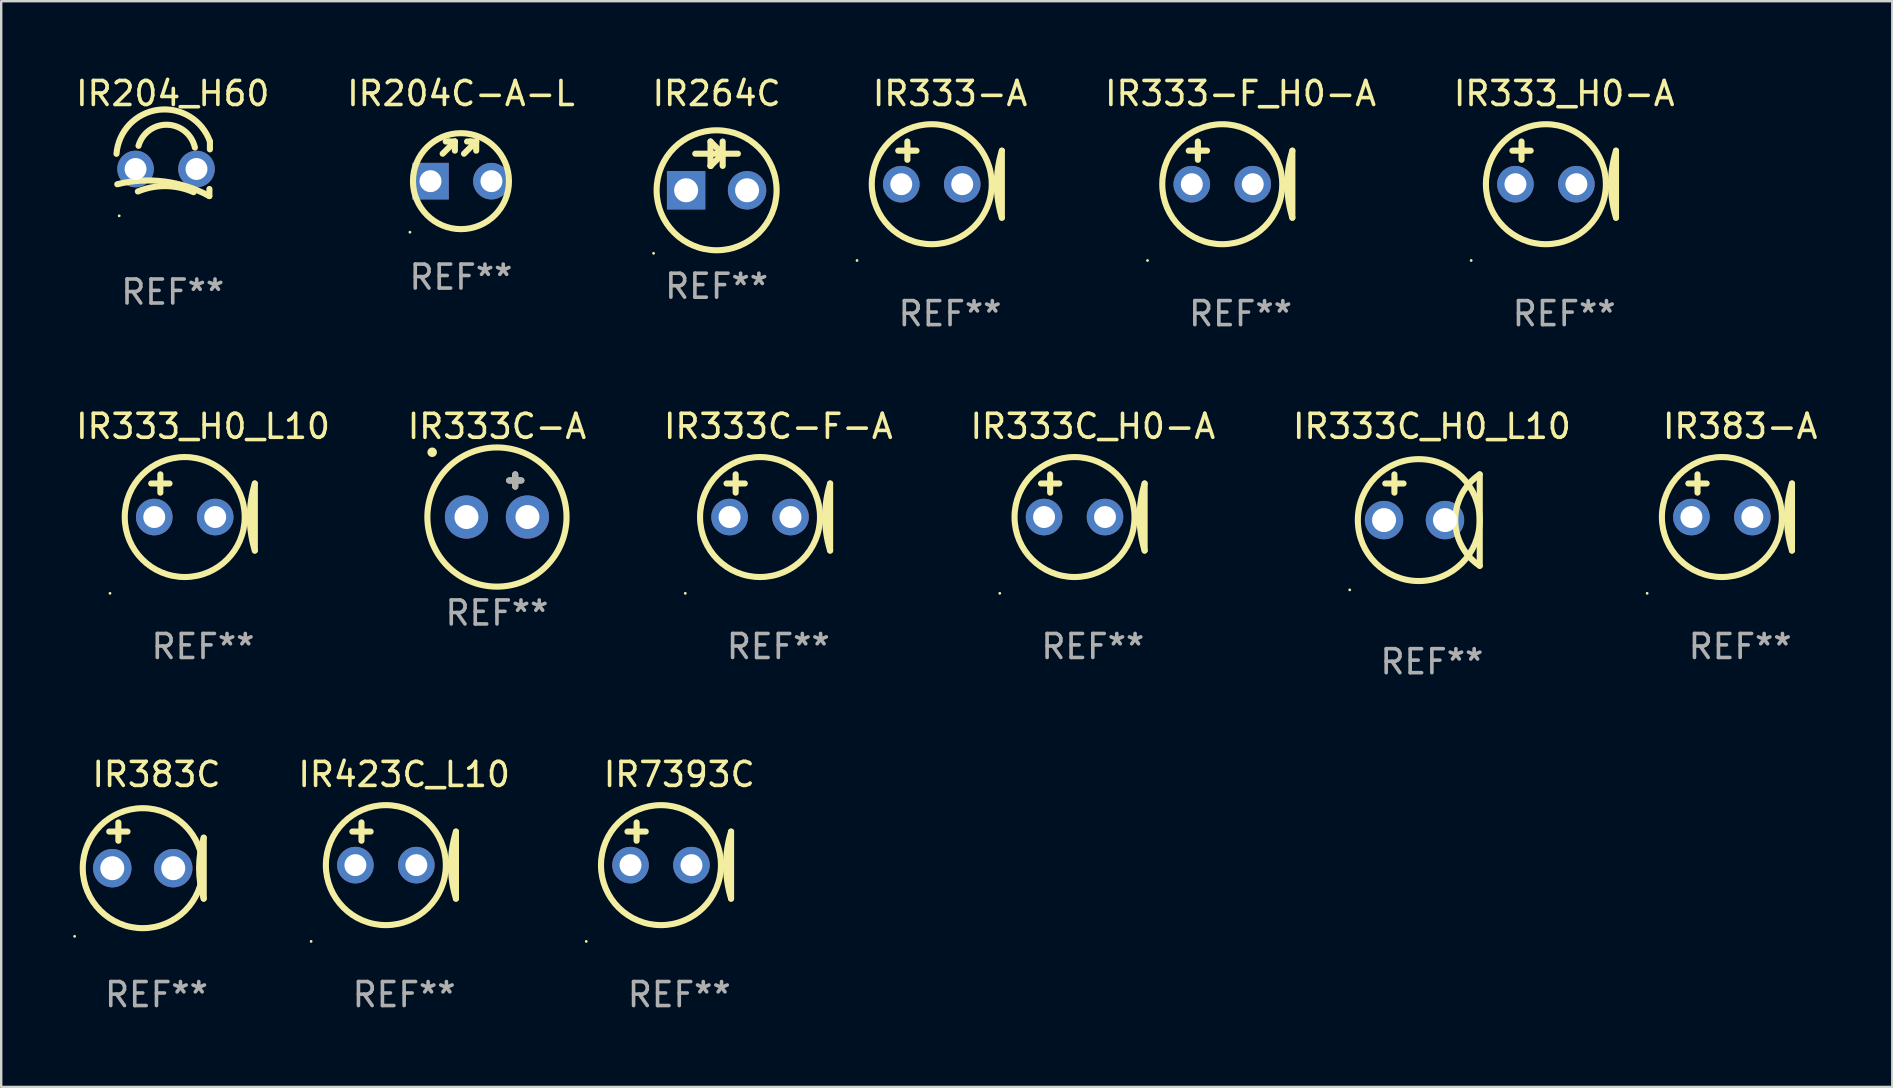
<source format=kicad_pcb>
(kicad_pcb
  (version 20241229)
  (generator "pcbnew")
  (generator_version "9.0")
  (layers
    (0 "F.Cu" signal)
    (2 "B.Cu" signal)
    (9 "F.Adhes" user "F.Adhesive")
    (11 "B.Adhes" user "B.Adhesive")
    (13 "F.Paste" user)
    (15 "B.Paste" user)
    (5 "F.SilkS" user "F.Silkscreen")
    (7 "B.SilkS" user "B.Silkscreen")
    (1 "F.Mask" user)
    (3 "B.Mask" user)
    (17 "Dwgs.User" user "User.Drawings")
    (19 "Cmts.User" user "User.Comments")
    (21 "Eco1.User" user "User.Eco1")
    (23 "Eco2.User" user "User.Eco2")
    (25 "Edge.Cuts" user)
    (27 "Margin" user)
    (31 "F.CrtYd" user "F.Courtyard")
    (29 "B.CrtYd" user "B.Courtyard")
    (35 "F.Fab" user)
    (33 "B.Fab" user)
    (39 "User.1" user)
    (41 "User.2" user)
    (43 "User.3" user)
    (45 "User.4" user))
  (footprint "IR333_H0_L10"
    (layer "F.Cu")
    (at 5.411 18.307)
    (property "Reference" "IR333_H0_L10" (at 0 -3.588 0) (layer "F.SilkS") (effects (font (size 1 1) (thickness 0.15))))
    (attr through_hole)
    (fp_line (start -2.159 -1.207) (end -1.397 -1.207) (stroke (width 0.254) (type solid)) (layer "F.SilkS"))
    (fp_line (start -1.778 -0.826) (end -1.778 -1.588) (stroke (width 0.254) (type solid)) (layer "F.SilkS"))
    (fp_line (start 2.159 -1.207) (end 2.159 1.588) (stroke (width 0.254) (type solid)) (layer "F.SilkS"))
    (fp_arc (start 2.159005 1.587504) (mid 1.950538 0.190501) (end 2.159004 -1.206502) (stroke (width 0.254001) (type solid)) (layer "F.SilkS"))
    (fp_circle (center -3.877 3.37) (end -3.847 3.37) (stroke (width 0.06) (type solid)) (fill no) (layer "F.SilkS"))
    (fp_circle (center -0.762 0.191) (end 1.738 0.191) (stroke (width 0.254) (type solid)) (fill no) (layer "F.SilkS"))
    (fp_text user "REF**" (at 0 5.588 0) (layer "F.Fab") (effects (font (size 1 1) (thickness 0.15))))
    (pad "1" thru_hole circle (at -2.032 0.191) (size 1.524 1.524) (drill 0.914) (layers "*.Cu" "*.Mask"))
    (pad "2" thru_hole circle (at 0.508 0.191) (size 1.524 1.524) (drill 0.914) (layers "*.Cu" "*.Mask")))
  (footprint "IR333C-A"
    (layer "F.Cu")
    (at 17.661 17.609)
    (property "Reference" "IR333C-A" (at 0 -2.889 0) (layer "F.SilkS") (effects (font (size 1 1) (thickness 0.15))))
    (attr through_hole)
    (fp_line (start 0.508 -0.635) (end 1.016 -0.635) (stroke (width 0.254) (type solid)) (layer "F.SilkS"))
    (fp_line (start 0.762 -0.889) (end 0.762 -0.381) (stroke (width 0.254) (type solid)) (layer "F.SilkS"))
    (fp_circle (center -2.7 -1.811) (end -2.6 -1.811) (stroke (width 0.2) (type solid)) (fill no) (layer "F.SilkS"))
    (fp_circle (center 0 0.889) (end 2.9 0.889) (stroke (width 0.254) (type solid)) (fill no) (layer "F.SilkS"))
    (fp_line (start 0.508 -0.635) (end 1.016 -0.635) (stroke (width 0.254) (type solid)) (layer "F.Fab"))
    (fp_line (start 0.762 -0.889) (end 0.762 -0.381) (stroke (width 0.254) (type solid)) (layer "F.Fab"))
    (fp_text user "REF**" (at 0 4.889 0) (layer "F.Fab") (effects (font (size 1 1) (thickness 0.15))))
    (pad "1" thru_hole circle (at -1.27 0.889) (size 1.8 1.8) (drill 1) (layers "*.Cu" "*.Mask"))
    (pad "2" thru_hole circle (at 1.27 0.889) (size 1.8 1.8) (drill 1) (layers "*.Cu" "*.Mask")))
  (footprint "IR7393C"
    (layer "F.Cu")
    (at 25.259 32.814)
    (property "Reference" "IR7393C" (at 0 -3.588 0) (layer "F.SilkS") (effects (font (size 1 1) (thickness 0.15))))
    (attr through_hole)
    (fp_line (start -2.159 -1.207) (end -1.397 -1.207) (stroke (width 0.254) (type solid)) (layer "F.SilkS"))
    (fp_line (start -1.778 -0.826) (end -1.778 -1.588) (stroke (width 0.254) (type solid)) (layer "F.SilkS"))
    (fp_line (start 2.159 -1.207) (end 2.159 1.588) (stroke (width 0.254) (type solid)) (layer "F.SilkS"))
    (fp_arc (start 2.159005 1.587504) (mid 1.950538 0.190501) (end 2.159004 -1.206502) (stroke (width 0.254001) (type solid)) (layer "F.SilkS"))
    (fp_circle (center -3.877 3.37) (end -3.847 3.37) (stroke (width 0.06) (type solid)) (fill no) (layer "F.SilkS"))
    (fp_circle (center -0.762 0.191) (end 1.738 0.191) (stroke (width 0.254) (type solid)) (fill no) (layer "F.SilkS"))
    (fp_text user "REF**" (at 0 5.588 0) (layer "F.Fab") (effects (font (size 1 1) (thickness 0.15))))
    (pad "1" thru_hole circle (at -2.032 0.191) (size 1.524 1.524) (drill 0.914) (layers "*.Cu" "*.Mask"))
    (pad "2" thru_hole circle (at 0.508 0.191) (size 1.524 1.524) (drill 0.914) (layers "*.Cu" "*.Mask")))
  (footprint "IR204_H60"
    (layer "F.Cu")
    (at 4.149 3.985)
    (property "Reference" "IR204_H60" (at 0 -3.137 0) (layer "F.SilkS") (effects (font (size 1 1) (thickness 0.15))))
    (attr through_hole)
    (fp_line (start 1.529 0.842) (end 1.525 1.137) (stroke (width 0.254) (type solid)) (layer "F.SilkS"))
    (fp_line (start 1.55 -1.137) (end 1.55 -0.811) (stroke (width 0.254) (type solid)) (layer "F.SilkS"))
    (fp_arc (start -2.344336 -0.624664) (mid -0.604362 -2.457931) (end 1.550229 -1.136525) (stroke (width 0.254001) (type solid)) (layer "F.SilkS"))
    (fp_arc (start -2.31223 0.643358) (mid -0.347208 0.529557) (end 1.525184 1.136526) (stroke (width 0.254001) (type solid)) (layer "F.SilkS"))
    (fp_arc (start -1.45348 0.944425) (mid -0.289454 0.72139) (end 0.868415 0.974448) (stroke (width 0.254001) (type solid)) (layer "F.SilkS"))
    (fp_arc (start -1.426174 -0.958548) (mid -0.223791 -1.836179) (end 0.922695 -0.88669) (stroke (width 0.254001) (type solid)) (layer "F.SilkS"))
    (fp_circle (center -2.231 1.96) (end -2.201 1.96) (stroke (width 0.06) (type solid)) (fill no) (layer "F.SilkS"))
    (fp_text user "REF**" (at 0 5.137 0) (layer "F.Fab") (effects (font (size 1 1) (thickness 0.15))))
    (pad "1" thru_hole circle (at -1.55 0.008) (size 1.524 1.524) (drill 0.914) (layers "*.Cu" "*.Mask"))
    (pad "2" thru_hole circle (at 0.99 0.008) (size 1.524 1.524) (drill 0.914) (layers "*.Cu" "*.Mask")))
  (footprint "IR204C-A-L"
    (layer "F.Cu")
    (at 16.161 3.674)
    (property "Reference" "IR204C-A-L" (at 0 -2.826 0) (layer "F.SilkS") (effects (font (size 1 1) (thickness 0.15))))
    (attr through_hole)
    (fp_line (start -0.762 -0.318) (end -0.254 -0.826) (stroke (width 0.254) (type solid)) (layer "F.SilkS"))
    (fp_line (start -0.508 -0.826) (end -0.635 -0.826) (stroke (width 0.254) (type solid)) (layer "F.SilkS"))
    (fp_line (start -0.254 -0.826) (end -0.508 -0.826) (stroke (width 0.254) (type solid)) (layer "F.SilkS"))
    (fp_line (start -0.254 -0.826) (end -0.254 -0.445) (stroke (width 0.254) (type solid)) (layer "F.SilkS"))
    (fp_line (start 0.127 -0.318) (end 0.635 -0.826) (stroke (width 0.254) (type solid)) (layer "F.SilkS"))
    (fp_line (start 0.381 -0.826) (end 0.254 -0.826) (stroke (width 0.254) (type solid)) (layer "F.SilkS"))
    (fp_line (start 0.635 -0.826) (end 0.381 -0.826) (stroke (width 0.254) (type solid)) (layer "F.SilkS"))
    (fp_line (start 0.635 -0.826) (end 0.635 -0.445) (stroke (width 0.254) (type solid)) (layer "F.SilkS"))
    (fp_circle (center -2.127 2.953) (end -2.097 2.953) (stroke (width 0.06) (type solid)) (fill no) (layer "F.SilkS"))
    (fp_circle (center 0 0.826) (end 2 0.826) (stroke (width 0.254) (type solid)) (fill no) (layer "F.SilkS"))
    (fp_text user "REF**" (at 0 4.826 0) (layer "F.Fab") (effects (font (size 1 1) (thickness 0.15))))
    (pad "1" thru_hole rect (at -1.27 0.826) (size 1.524 1.524) (drill 0.914) (layers "*.Cu" "*.Mask"))
    (pad "2" thru_hole circle (at 1.27 0.826) (size 1.524 1.524) (drill 0.914) (layers "*.Cu" "*.Mask")))
  (footprint "IR423C_L10"
    (layer "F.Cu")
    (at 13.793 32.814)
    (property "Reference" "IR423C_L10" (at 0 -3.588 0) (layer "F.SilkS") (effects (font (size 1 1) (thickness 0.15))))
    (attr through_hole)
    (fp_line (start -2.159 -1.207) (end -1.397 -1.207) (stroke (width 0.254) (type solid)) (layer "F.SilkS"))
    (fp_line (start -1.778 -0.826) (end -1.778 -1.588) (stroke (width 0.254) (type solid)) (layer "F.SilkS"))
    (fp_line (start 2.159 -1.207) (end 2.159 1.588) (stroke (width 0.254) (type solid)) (layer "F.SilkS"))
    (fp_arc (start 2.159005 1.587504) (mid 1.950538 0.190501) (end 2.159004 -1.206502) (stroke (width 0.254001) (type solid)) (layer "F.SilkS"))
    (fp_circle (center -3.877 3.37) (end -3.847 3.37) (stroke (width 0.06) (type solid)) (fill no) (layer "F.SilkS"))
    (fp_circle (center -0.762 0.191) (end 1.738 0.191) (stroke (width 0.254) (type solid)) (fill no) (layer "F.SilkS"))
    (fp_text user "REF**" (at 0 5.588 0) (layer "F.Fab") (effects (font (size 1 1) (thickness 0.15))))
    (pad "1" thru_hole circle (at -2.032 0.191) (size 1.524 1.524) (drill 0.914) (layers "*.Cu" "*.Mask"))
    (pad "2" thru_hole circle (at 0.508 0.191) (size 1.524 1.524) (drill 0.914) (layers "*.Cu" "*.Mask")))
  (footprint "IR383C"
    (layer "F.Cu")
    (at 3.471 32.814)
    (property "Reference" "IR383C" (at 0 -3.588 0) (layer "F.SilkS") (effects (font (size 1 1) (thickness 0.15))))
    (attr through_hole)
    (fp_line (start -1.969 -1.207) (end -1.207 -1.207) (stroke (width 0.254) (type solid)) (layer "F.SilkS"))
    (fp_line (start -1.588 -0.826) (end -1.588 -1.588) (stroke (width 0.254) (type solid)) (layer "F.SilkS"))
    (fp_line (start 1.969 1.588) (end 1.969 -0.953) (stroke (width 0.254) (type solid)) (layer "F.SilkS"))
    (fp_arc (start 1.968504 1.587503) (mid 1.776751 0.317501) (end 1.968504 -0.952502) (stroke (width 0.254001) (type solid)) (layer "F.SilkS"))
    (fp_circle (center -3.411 3.158) (end -3.381 3.158) (stroke (width 0.06) (type solid)) (fill no) (layer "F.SilkS"))
    (fp_circle (center -0.572 0.318) (end 1.928 0.318) (stroke (width 0.254) (type solid)) (fill no) (layer "F.SilkS"))
    (fp_text user "REF**" (at 0 5.588 0) (layer "F.Fab") (effects (font (size 1 1) (thickness 0.15))))
    (pad "1" thru_hole circle (at -1.842 0.318) (size 1.6 1.6) (drill 1) (layers "*.Cu" "*.Mask"))
    (pad "2" thru_hole circle (at 0.699 0.318) (size 1.6 1.6) (drill 1) (layers "*.Cu" "*.Mask")))
  (footprint "IR333C-F-A"
    (layer "F.Cu")
    (at 29.387 18.307)
    (property "Reference" "IR333C-F-A" (at 0 -3.588 0) (layer "F.SilkS") (effects (font (size 1 1) (thickness 0.15))))
    (attr through_hole)
    (fp_line (start -2.159 -1.207) (end -1.397 -1.207) (stroke (width 0.254) (type solid)) (layer "F.SilkS"))
    (fp_line (start -1.778 -0.826) (end -1.778 -1.588) (stroke (width 0.254) (type solid)) (layer "F.SilkS"))
    (fp_line (start 2.159 -1.207) (end 2.159 1.588) (stroke (width 0.254) (type solid)) (layer "F.SilkS"))
    (fp_arc (start 2.159005 1.587504) (mid 1.950538 0.190501) (end 2.159004 -1.206502) (stroke (width 0.254001) (type solid)) (layer "F.SilkS"))
    (fp_circle (center -3.877 3.37) (end -3.847 3.37) (stroke (width 0.06) (type solid)) (fill no) (layer "F.SilkS"))
    (fp_circle (center -0.762 0.191) (end 1.738 0.191) (stroke (width 0.254) (type solid)) (fill no) (layer "F.SilkS"))
    (fp_text user "REF**" (at 0 5.588 0) (layer "F.Fab") (effects (font (size 1 1) (thickness 0.15))))
    (pad "1" thru_hole circle (at -2.032 0.191) (size 1.524 1.524) (drill 0.914) (layers "*.Cu" "*.Mask"))
    (pad "2" thru_hole circle (at 0.508 0.191) (size 1.524 1.524) (drill 0.914) (layers "*.Cu" "*.Mask")))
  (footprint "IR333-A"
    (layer "F.Cu")
    (at 36.544 4.436)
    (property "Reference" "IR333-A" (at 0 -3.588 0) (layer "F.SilkS") (effects (font (size 1 1) (thickness 0.15))))
    (attr through_hole)
    (fp_line (start -2.159 -1.207) (end -1.397 -1.207) (stroke (width 0.254) (type solid)) (layer "F.SilkS"))
    (fp_line (start -1.778 -0.826) (end -1.778 -1.588) (stroke (width 0.254) (type solid)) (layer "F.SilkS"))
    (fp_line (start 2.159 -1.207) (end 2.159 1.588) (stroke (width 0.254) (type solid)) (layer "F.SilkS"))
    (fp_arc (start 2.159005 1.587504) (mid 1.950538 0.190501) (end 2.159004 -1.206502) (stroke (width 0.254001) (type solid)) (layer "F.SilkS"))
    (fp_circle (center -3.877 3.37) (end -3.847 3.37) (stroke (width 0.06) (type solid)) (fill no) (layer "F.SilkS"))
    (fp_circle (center -0.762 0.191) (end 1.738 0.191) (stroke (width 0.254) (type solid)) (fill no) (layer "F.SilkS"))
    (fp_text user "REF**" (at 0 5.588 0) (layer "F.Fab") (effects (font (size 1 1) (thickness 0.15))))
    (pad "1" thru_hole circle (at -2.032 0.191) (size 1.524 1.524) (drill 0.914) (layers "*.Cu" "*.Mask"))
    (pad "2" thru_hole circle (at 0.508 0.191) (size 1.524 1.524) (drill 0.914) (layers "*.Cu" "*.Mask")))
  (footprint "IR333_H0-A"
    (layer "F.Cu")
    (at 62.139 4.436)
    (property "Reference" "IR333_H0-A" (at 0 -3.588 0) (layer "F.SilkS") (effects (font (size 1 1) (thickness 0.15))))
    (attr through_hole)
    (fp_line (start -2.159 -1.207) (end -1.397 -1.207) (stroke (width 0.254) (type solid)) (layer "F.SilkS"))
    (fp_line (start -1.778 -0.826) (end -1.778 -1.588) (stroke (width 0.254) (type solid)) (layer "F.SilkS"))
    (fp_line (start 2.159 -1.207) (end 2.159 1.588) (stroke (width 0.254) (type solid)) (layer "F.SilkS"))
    (fp_arc (start 2.159005 1.587504) (mid 1.950538 0.190501) (end 2.159004 -1.206502) (stroke (width 0.254001) (type solid)) (layer "F.SilkS"))
    (fp_circle (center -3.877 3.37) (end -3.847 3.37) (stroke (width 0.06) (type solid)) (fill no) (layer "F.SilkS"))
    (fp_circle (center -0.762 0.191) (end 1.738 0.191) (stroke (width 0.254) (type solid)) (fill no) (layer "F.SilkS"))
    (fp_text user "REF**" (at 0 5.588 0) (layer "F.Fab") (effects (font (size 1 1) (thickness 0.15))))
    (pad "1" thru_hole circle (at -2.032 0.191) (size 1.524 1.524) (drill 0.914) (layers "*.Cu" "*.Mask"))
    (pad "2" thru_hole circle (at 0.508 0.191) (size 1.524 1.524) (drill 0.914) (layers "*.Cu" "*.Mask")))
  (footprint "IR333C_H0_L10"
    (layer "F.Cu")
    (at 56.625 18.625)
    (property "Reference" "IR333C_H0_L10" (at 0 -3.905 0) (layer "F.SilkS") (effects (font (size 1 1) (thickness 0.15))))
    (attr through_hole)
    (fp_line (start -1.943 -1.524) (end -1.181 -1.524) (stroke (width 0.254) (type solid)) (layer "F.SilkS"))
    (fp_line (start -1.562 -1.143) (end -1.562 -1.905) (stroke (width 0.254) (type solid)) (layer "F.SilkS"))
    (fp_line (start 1.994 1.905) (end 1.994 -1.905) (stroke (width 0.254) (type solid)) (layer "F.SilkS"))
    (fp_arc (start 1.993899 1.905) (mid 0.974377 0) (end 1.993899 -1.905) (stroke (width 0.254001) (type solid)) (layer "F.SilkS"))
    (fp_circle (center -3.423 2.909) (end -3.393 2.909) (stroke (width 0.06) (type solid)) (fill no) (layer "F.SilkS"))
    (fp_circle (center -0.546 0) (end 1.994 0) (stroke (width 0.254) (type solid)) (fill no) (layer "F.SilkS"))
    (fp_text user "REF**" (at 0 5.905 0) (layer "F.Fab") (effects (font (size 1 1) (thickness 0.15))))
    (pad "1" thru_hole circle (at -1.994 0) (size 1.6 1.6) (drill 1) (layers "*.Cu" "*.Mask"))
    (pad "2" thru_hole circle (at 0.546 0) (size 1.6 1.6) (drill 1) (layers "*.Cu" "*.Mask")))
  (footprint "IR333-F_H0-A"
    (layer "F.Cu")
    (at 48.651 4.436)
    (property "Reference" "IR333-F_H0-A" (at 0 -3.588 0) (layer "F.SilkS") (effects (font (size 1 1) (thickness 0.15))))
    (attr through_hole)
    (fp_line (start -2.159 -1.207) (end -1.397 -1.207) (stroke (width 0.254) (type solid)) (layer "F.SilkS"))
    (fp_line (start -1.778 -0.826) (end -1.778 -1.588) (stroke (width 0.254) (type solid)) (layer "F.SilkS"))
    (fp_line (start 2.159 -1.207) (end 2.159 1.588) (stroke (width 0.254) (type solid)) (layer "F.SilkS"))
    (fp_arc (start 2.159005 1.587504) (mid 1.950538 0.190501) (end 2.159004 -1.206502) (stroke (width 0.254001) (type solid)) (layer "F.SilkS"))
    (fp_circle (center -3.877 3.37) (end -3.847 3.37) (stroke (width 0.06) (type solid)) (fill no) (layer "F.SilkS"))
    (fp_circle (center -0.762 0.191) (end 1.738 0.191) (stroke (width 0.254) (type solid)) (fill no) (layer "F.SilkS"))
    (fp_text user "REF**" (at 0 5.588 0) (layer "F.Fab") (effects (font (size 1 1) (thickness 0.15))))
    (pad "1" thru_hole circle (at -2.032 0.191) (size 1.524 1.524) (drill 0.914) (layers "*.Cu" "*.Mask"))
    (pad "2" thru_hole circle (at 0.508 0.191) (size 1.524 1.524) (drill 0.914) (layers "*.Cu" "*.Mask")))
  (footprint "IR383-A"
    (layer "F.Cu")
    (at 69.473 18.307)
    (property "Reference" "IR383-A" (at 0 -3.588 0) (layer "F.SilkS") (effects (font (size 1 1) (thickness 0.15))))
    (attr through_hole)
    (fp_line (start -2.159 -1.207) (end -1.397 -1.207) (stroke (width 0.254) (type solid)) (layer "F.SilkS"))
    (fp_line (start -1.778 -0.826) (end -1.778 -1.588) (stroke (width 0.254) (type solid)) (layer "F.SilkS"))
    (fp_line (start 2.159 -1.207) (end 2.159 1.588) (stroke (width 0.254) (type solid)) (layer "F.SilkS"))
    (fp_arc (start 2.159005 1.587504) (mid 1.950538 0.190501) (end 2.159004 -1.206502) (stroke (width 0.254001) (type solid)) (layer "F.SilkS"))
    (fp_circle (center -3.877 3.37) (end -3.847 3.37) (stroke (width 0.06) (type solid)) (fill no) (layer "F.SilkS"))
    (fp_circle (center -0.762 0.191) (end 1.738 0.191) (stroke (width 0.254) (type solid)) (fill no) (layer "F.SilkS"))
    (fp_text user "REF**" (at 0 5.588 0) (layer "F.Fab") (effects (font (size 1 1) (thickness 0.15))))
    (pad "1" thru_hole circle (at -2.032 0.191) (size 1.524 1.524) (drill 0.914) (layers "*.Cu" "*.Mask"))
    (pad "2" thru_hole circle (at 0.508 0.191) (size 1.524 1.524) (drill 0.914) (layers "*.Cu" "*.Mask")))
  (footprint "IR264C"
    (layer "F.Cu")
    (at 26.815 3.864)
    (property "Reference" "IR264C" (at 0 -3.016 0) (layer "F.SilkS") (effects (font (size 1 1) (thickness 0.15))))
    (attr through_hole)
    (fp_line (start -0.889 -0.508) (end 0.888 -0.508) (stroke (width 0.254) (type solid)) (layer "F.SilkS"))
    (fp_line (start -0.255 -1.016) (end -0.255 0) (stroke (width 0.254) (type solid)) (layer "F.SilkS"))
    (fp_line (start -0.255 0) (end -0.248 0) (stroke (width 0.254) (type solid)) (layer "F.SilkS"))
    (fp_line (start -0.248 0) (end 0.26 -0.508) (stroke (width 0.254) (type solid)) (layer "F.SilkS"))
    (fp_line (start 0.246 -0.515) (end -0.255 -1.016) (stroke (width 0.254) (type solid)) (layer "F.SilkS"))
    (fp_line (start 0.246 -0.508) (end 0.246 -0.515) (stroke (width 0.254) (type solid)) (layer "F.SilkS"))
    (fp_line (start 0.253 -1.016) (end 0.253 0) (stroke (width 0.254) (type solid)) (layer "F.SilkS"))
    (fp_circle (center -2.627 3.643) (end -2.597 3.643) (stroke (width 0.06) (type solid)) (fill no) (layer "F.SilkS"))
    (fp_circle (center 0 1.016) (end 2.5 1.016) (stroke (width 0.254) (type solid)) (fill no) (layer "F.SilkS"))
    (fp_text user "REF**" (at 0 5.016 0) (layer "F.Fab") (effects (font (size 1 1) (thickness 0.15))))
    (pad "1" thru_hole rect (at -1.27 1.016) (size 1.6 1.6) (drill 1) (layers "*.Cu" "*.Mask"))
    (pad "2" thru_hole circle (at 1.27 1.016) (size 1.6 1.6) (drill 1) (layers "*.Cu" "*.Mask")))
  (footprint "IR333C_H0-A"
    (layer "F.Cu")
    (at 42.494 18.307)
    (property "Reference" "IR333C_H0-A" (at 0 -3.588 0) (layer "F.SilkS") (effects (font (size 1 1) (thickness 0.15))))
    (attr through_hole)
    (fp_line (start -2.159 -1.207) (end -1.397 -1.207) (stroke (width 0.254) (type solid)) (layer "F.SilkS"))
    (fp_line (start -1.778 -0.826) (end -1.778 -1.588) (stroke (width 0.254) (type solid)) (layer "F.SilkS"))
    (fp_line (start 2.159 -1.207) (end 2.159 1.588) (stroke (width 0.254) (type solid)) (layer "F.SilkS"))
    (fp_arc (start 2.159005 1.587504) (mid 1.950538 0.190501) (end 2.159004 -1.206502) (stroke (width 0.254001) (type solid)) (layer "F.SilkS"))
    (fp_circle (center -3.877 3.37) (end -3.847 3.37) (stroke (width 0.06) (type solid)) (fill no) (layer "F.SilkS"))
    (fp_circle (center -0.762 0.191) (end 1.738 0.191) (stroke (width 0.254) (type solid)) (fill no) (layer "F.SilkS"))
    (fp_text user "REF**" (at 0 5.588 0) (layer "F.Fab") (effects (font (size 1 1) (thickness 0.15))))
    (pad "1" thru_hole circle (at -2.032 0.191) (size 1.524 1.524) (drill 0.914) (layers "*.Cu" "*.Mask"))
    (pad "2" thru_hole circle (at 0.508 0.191) (size 1.524 1.524) (drill 0.914) (layers "*.Cu" "*.Mask")))
  (gr_rect
    (start -3 -3)
    (end 75.812 42.25)
    (stroke (width 0.1) (type default))
    (fill no)
    (layer "Edge.Cuts")))
</source>
